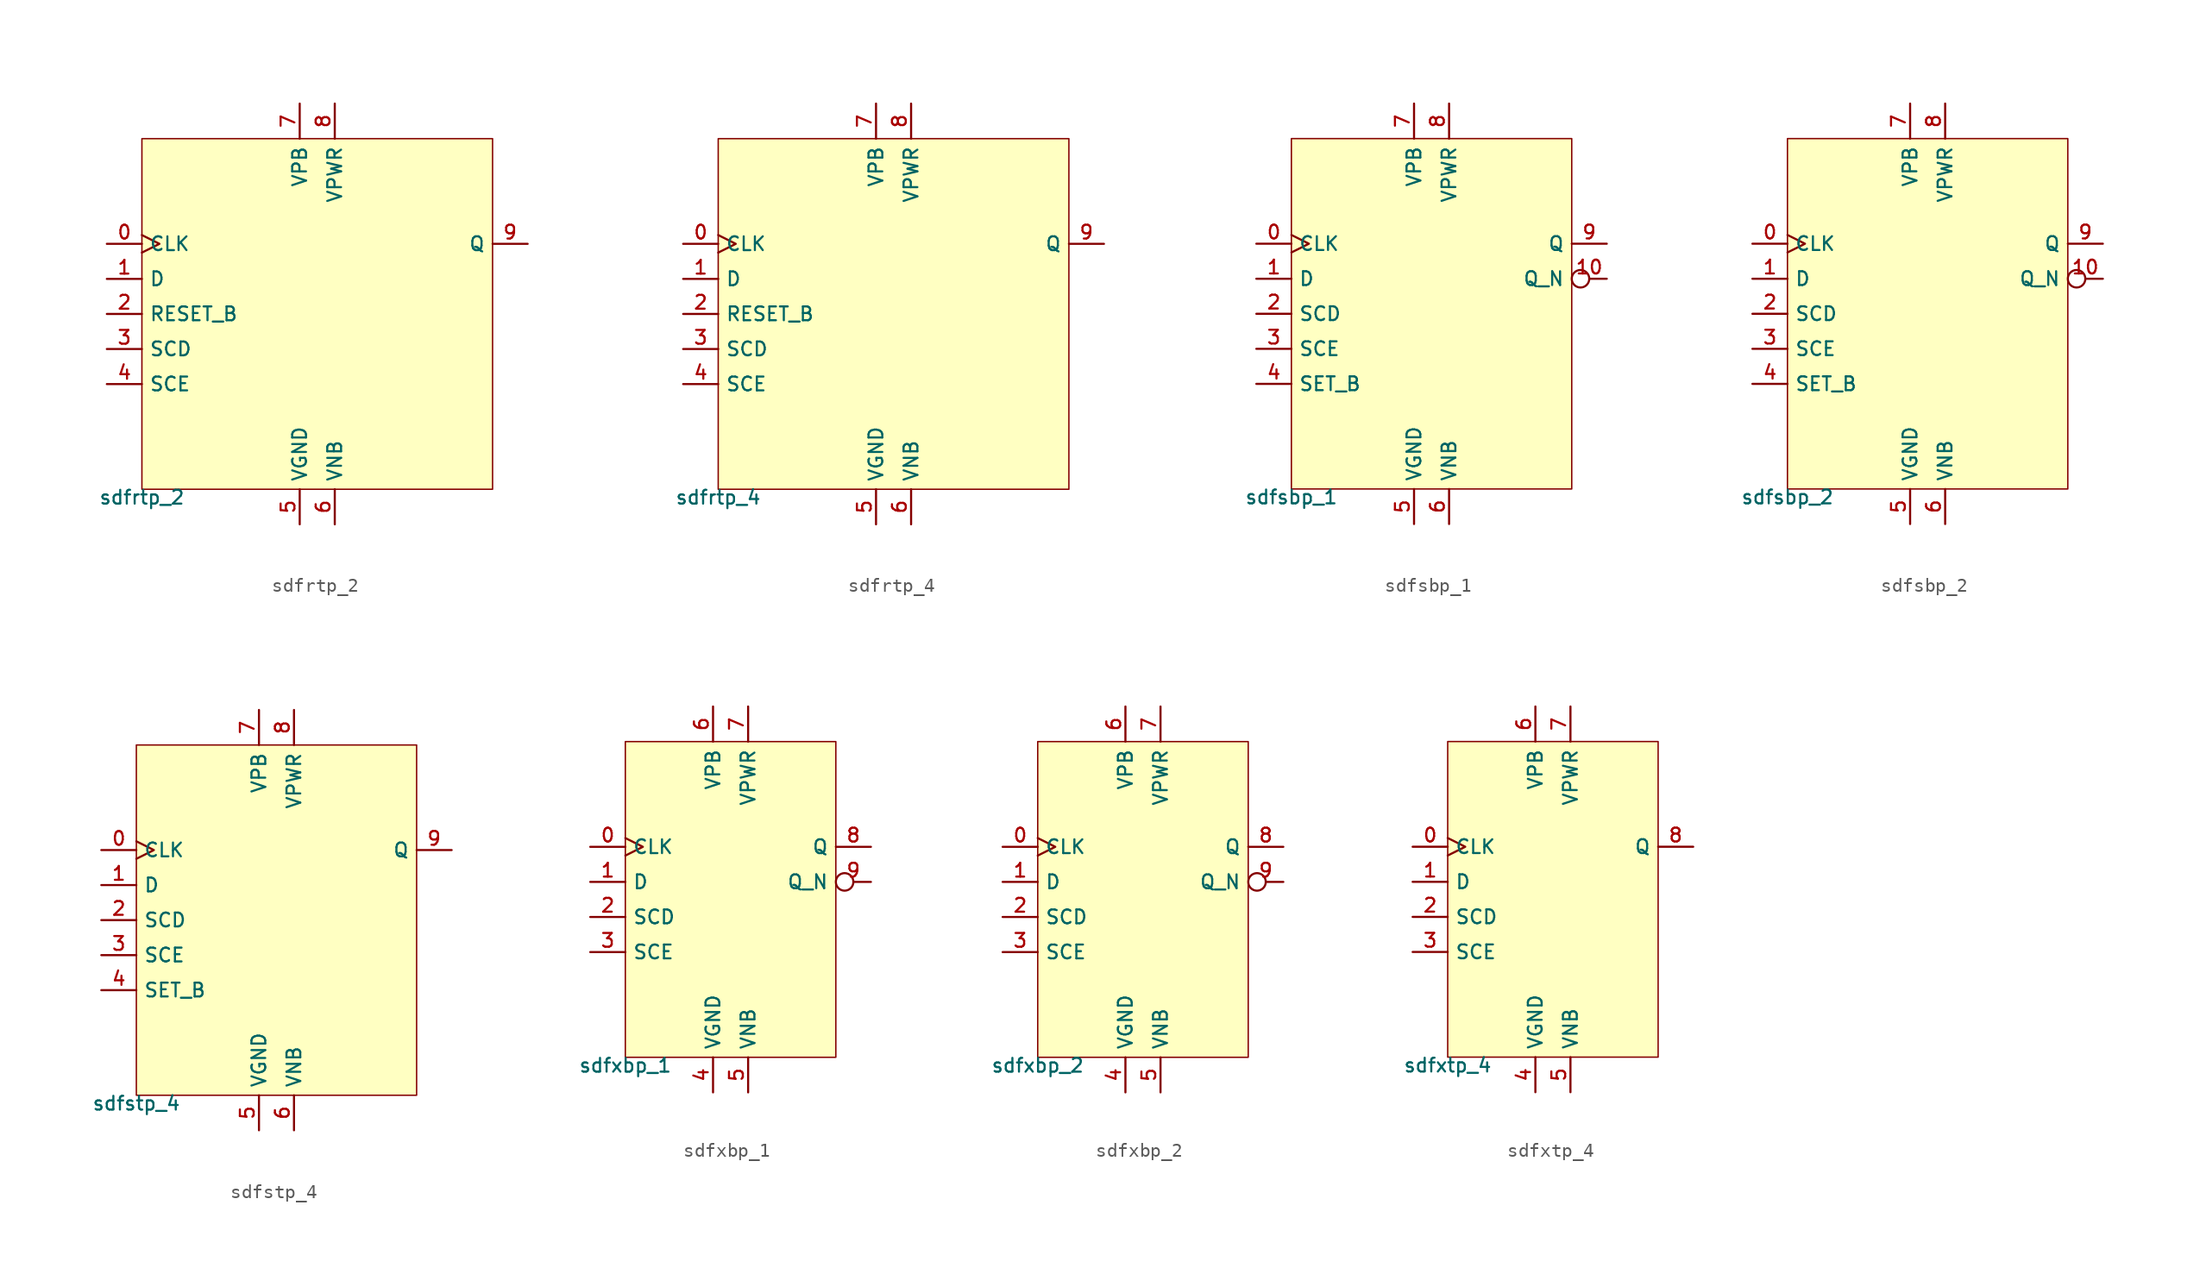
<source format=kicad_sym>
(kicad_symbol_lib
  (version 20211014)
  (generator lef2kicad_sym)
  (symbol "sdfrtp_2"
    (property "Reference" "CELL"
      (at 0 0 0)
      (effects (font (size 1 1)) hide))
    (property "Value" "sdfrtp_2"
      (at -12.7 -12.7 0)
      (effects (font (size 1 1)) (justify top)))
    (rectangle
      (start -12.7 -12.7)
      (end 12.7 12.7)
      (stroke (width 0.1) (type solid) (color 0 0 0 0))
      (fill (type background)))
    (pin input clock
      (at -15.24 5.08 0)
      (length 2.54)
      (name "CLK" (effects (font (size 1 1)) hide))
      (number "0" (effects (font (size 1 1)) hide)))
    (pin input line
      (at -15.24 2.54 0)
      (length 2.54)
      (name "D" (effects (font (size 1 1)) hide))
      (number "1" (effects (font (size 1 1)) hide)))
    (pin input line
      (at -15.24 -8.881784197001252e-16 0)
      (length 2.54)
      (name "RESET_B" (effects (font (size 1 1)) hide))
      (number "2" (effects (font (size 1 1)) hide)))
    (pin input line
      (at -15.24 -2.54 0)
      (length 2.54)
      (name "SCD" (effects (font (size 1 1)) hide))
      (number "3" (effects (font (size 1 1)) hide)))
    (pin input line
      (at -15.24 -5.08 0)
      (length 2.54)
      (name "SCE" (effects (font (size 1 1)) hide))
      (number "4" (effects (font (size 1 1)) hide)))
    (pin power_in line
      (at -1.27 -15.24 90)
      (length 2.54)
      (name "VGND" (effects (font (size 1 1)) hide))
      (number "5" (effects (font (size 1 1)) hide)))
    (pin power_in line
      (at 1.27 -15.24 90)
      (length 2.54)
      (name "VNB" (effects (font (size 1 1)) hide))
      (number "6" (effects (font (size 1 1)) hide)))
    (pin power_in line
      (at -1.27 15.24 270)
      (length 2.54)
      (name "VPB" (effects (font (size 1 1)) hide))
      (number "7" (effects (font (size 1 1)) hide)))
    (pin power_in line
      (at 1.27 15.24 270)
      (length 2.54)
      (name "VPWR" (effects (font (size 1 1)) hide))
      (number "8" (effects (font (size 1 1)) hide)))
    (pin output line
      (at 15.24 5.08 180)
      (length 2.54)
      (name "Q" (effects (font (size 1 1)) hide))
      (number "9" (effects (font (size 1 1)) hide))))
  (symbol "sdfrtp_4"
    (property "Reference" "CELL"
      (at 0 0 0)
      (effects (font (size 1 1)) hide))
    (property "Value" "sdfrtp_4"
      (at -12.7 -12.7 0)
      (effects (font (size 1 1)) (justify top)))
    (rectangle
      (start -12.7 -12.7)
      (end 12.7 12.7)
      (stroke (width 0.1) (type solid) (color 0 0 0 0))
      (fill (type background)))
    (pin input clock
      (at -15.24 5.08 0)
      (length 2.54)
      (name "CLK" (effects (font (size 1 1)) hide))
      (number "0" (effects (font (size 1 1)) hide)))
    (pin input line
      (at -15.24 2.54 0)
      (length 2.54)
      (name "D" (effects (font (size 1 1)) hide))
      (number "1" (effects (font (size 1 1)) hide)))
    (pin input line
      (at -15.24 -8.881784197001252e-16 0)
      (length 2.54)
      (name "RESET_B" (effects (font (size 1 1)) hide))
      (number "2" (effects (font (size 1 1)) hide)))
    (pin input line
      (at -15.24 -2.54 0)
      (length 2.54)
      (name "SCD" (effects (font (size 1 1)) hide))
      (number "3" (effects (font (size 1 1)) hide)))
    (pin input line
      (at -15.24 -5.08 0)
      (length 2.54)
      (name "SCE" (effects (font (size 1 1)) hide))
      (number "4" (effects (font (size 1 1)) hide)))
    (pin power_in line
      (at -1.27 -15.24 90)
      (length 2.54)
      (name "VGND" (effects (font (size 1 1)) hide))
      (number "5" (effects (font (size 1 1)) hide)))
    (pin power_in line
      (at 1.27 -15.24 90)
      (length 2.54)
      (name "VNB" (effects (font (size 1 1)) hide))
      (number "6" (effects (font (size 1 1)) hide)))
    (pin power_in line
      (at -1.27 15.24 270)
      (length 2.54)
      (name "VPB" (effects (font (size 1 1)) hide))
      (number "7" (effects (font (size 1 1)) hide)))
    (pin power_in line
      (at 1.27 15.24 270)
      (length 2.54)
      (name "VPWR" (effects (font (size 1 1)) hide))
      (number "8" (effects (font (size 1 1)) hide)))
    (pin output line
      (at 15.24 5.08 180)
      (length 2.54)
      (name "Q" (effects (font (size 1 1)) hide))
      (number "9" (effects (font (size 1 1)) hide))))
  (symbol "sdfsbp_1"
    (property "Reference" "CELL"
      (at 0 0 0)
      (effects (font (size 1 1)) hide))
    (property "Value" "sdfsbp_1"
      (at -10.16 -12.7 0)
      (effects (font (size 1 1)) (justify top)))
    (rectangle
      (start -10.16 -12.7)
      (end 10.16 12.7)
      (stroke (width 0.1) (type solid) (color 0 0 0 0))
      (fill (type background)))
    (pin input clock
      (at -12.7 5.08 0)
      (length 2.54)
      (name "CLK" (effects (font (size 1 1)) hide))
      (number "0" (effects (font (size 1 1)) hide)))
    (pin input line
      (at -12.7 2.54 0)
      (length 2.54)
      (name "D" (effects (font (size 1 1)) hide))
      (number "1" (effects (font (size 1 1)) hide)))
    (pin input line
      (at -12.7 -8.881784197001252e-16 0)
      (length 2.54)
      (name "SCD" (effects (font (size 1 1)) hide))
      (number "2" (effects (font (size 1 1)) hide)))
    (pin input line
      (at -12.7 -2.54 0)
      (length 2.54)
      (name "SCE" (effects (font (size 1 1)) hide))
      (number "3" (effects (font (size 1 1)) hide)))
    (pin input line
      (at -12.7 -5.08 0)
      (length 2.54)
      (name "SET_B" (effects (font (size 1 1)) hide))
      (number "4" (effects (font (size 1 1)) hide)))
    (pin power_in line
      (at -1.27 -15.24 90)
      (length 2.54)
      (name "VGND" (effects (font (size 1 1)) hide))
      (number "5" (effects (font (size 1 1)) hide)))
    (pin power_in line
      (at 1.27 -15.24 90)
      (length 2.54)
      (name "VNB" (effects (font (size 1 1)) hide))
      (number "6" (effects (font (size 1 1)) hide)))
    (pin power_in line
      (at -1.27 15.24 270)
      (length 2.54)
      (name "VPB" (effects (font (size 1 1)) hide))
      (number "7" (effects (font (size 1 1)) hide)))
    (pin power_in line
      (at 1.27 15.24 270)
      (length 2.54)
      (name "VPWR" (effects (font (size 1 1)) hide))
      (number "8" (effects (font (size 1 1)) hide)))
    (pin output line
      (at 12.7 5.08 180)
      (length 2.54)
      (name "Q" (effects (font (size 1 1)) hide))
      (number "9" (effects (font (size 1 1)) hide)))
    (pin output inverted
      (at 12.7 2.54 180)
      (length 2.54)
      (name "Q_N" (effects (font (size 1 1)) hide))
      (number "10" (effects (font (size 1 1)) hide))))
  (symbol "sdfsbp_2"
    (property "Reference" "CELL"
      (at 0 0 0)
      (effects (font (size 1 1)) hide))
    (property "Value" "sdfsbp_2"
      (at -10.16 -12.7 0)
      (effects (font (size 1 1)) (justify top)))
    (rectangle
      (start -10.16 -12.7)
      (end 10.16 12.7)
      (stroke (width 0.1) (type solid) (color 0 0 0 0))
      (fill (type background)))
    (pin input clock
      (at -12.7 5.08 0)
      (length 2.54)
      (name "CLK" (effects (font (size 1 1)) hide))
      (number "0" (effects (font (size 1 1)) hide)))
    (pin input line
      (at -12.7 2.54 0)
      (length 2.54)
      (name "D" (effects (font (size 1 1)) hide))
      (number "1" (effects (font (size 1 1)) hide)))
    (pin input line
      (at -12.7 -8.881784197001252e-16 0)
      (length 2.54)
      (name "SCD" (effects (font (size 1 1)) hide))
      (number "2" (effects (font (size 1 1)) hide)))
    (pin input line
      (at -12.7 -2.54 0)
      (length 2.54)
      (name "SCE" (effects (font (size 1 1)) hide))
      (number "3" (effects (font (size 1 1)) hide)))
    (pin input line
      (at -12.7 -5.08 0)
      (length 2.54)
      (name "SET_B" (effects (font (size 1 1)) hide))
      (number "4" (effects (font (size 1 1)) hide)))
    (pin power_in line
      (at -1.27 -15.24 90)
      (length 2.54)
      (name "VGND" (effects (font (size 1 1)) hide))
      (number "5" (effects (font (size 1 1)) hide)))
    (pin power_in line
      (at 1.27 -15.24 90)
      (length 2.54)
      (name "VNB" (effects (font (size 1 1)) hide))
      (number "6" (effects (font (size 1 1)) hide)))
    (pin power_in line
      (at -1.27 15.24 270)
      (length 2.54)
      (name "VPB" (effects (font (size 1 1)) hide))
      (number "7" (effects (font (size 1 1)) hide)))
    (pin power_in line
      (at 1.27 15.24 270)
      (length 2.54)
      (name "VPWR" (effects (font (size 1 1)) hide))
      (number "8" (effects (font (size 1 1)) hide)))
    (pin output line
      (at 12.7 5.08 180)
      (length 2.54)
      (name "Q" (effects (font (size 1 1)) hide))
      (number "9" (effects (font (size 1 1)) hide)))
    (pin output inverted
      (at 12.7 2.54 180)
      (length 2.54)
      (name "Q_N" (effects (font (size 1 1)) hide))
      (number "10" (effects (font (size 1 1)) hide))))
  (symbol "sdfstp_4"
    (property "Reference" "CELL"
      (at 0 0 0)
      (effects (font (size 1 1)) hide))
    (property "Value" "sdfstp_4"
      (at -10.16 -12.7 0)
      (effects (font (size 1 1)) (justify top)))
    (rectangle
      (start -10.16 -12.7)
      (end 10.16 12.7)
      (stroke (width 0.1) (type solid) (color 0 0 0 0))
      (fill (type background)))
    (pin input clock
      (at -12.7 5.08 0)
      (length 2.54)
      (name "CLK" (effects (font (size 1 1)) hide))
      (number "0" (effects (font (size 1 1)) hide)))
    (pin input line
      (at -12.7 2.54 0)
      (length 2.54)
      (name "D" (effects (font (size 1 1)) hide))
      (number "1" (effects (font (size 1 1)) hide)))
    (pin input line
      (at -12.7 -8.881784197001252e-16 0)
      (length 2.54)
      (name "SCD" (effects (font (size 1 1)) hide))
      (number "2" (effects (font (size 1 1)) hide)))
    (pin input line
      (at -12.7 -2.54 0)
      (length 2.54)
      (name "SCE" (effects (font (size 1 1)) hide))
      (number "3" (effects (font (size 1 1)) hide)))
    (pin input line
      (at -12.7 -5.08 0)
      (length 2.54)
      (name "SET_B" (effects (font (size 1 1)) hide))
      (number "4" (effects (font (size 1 1)) hide)))
    (pin power_in line
      (at -1.27 -15.24 90)
      (length 2.54)
      (name "VGND" (effects (font (size 1 1)) hide))
      (number "5" (effects (font (size 1 1)) hide)))
    (pin power_in line
      (at 1.27 -15.24 90)
      (length 2.54)
      (name "VNB" (effects (font (size 1 1)) hide))
      (number "6" (effects (font (size 1 1)) hide)))
    (pin power_in line
      (at -1.27 15.24 270)
      (length 2.54)
      (name "VPB" (effects (font (size 1 1)) hide))
      (number "7" (effects (font (size 1 1)) hide)))
    (pin power_in line
      (at 1.27 15.24 270)
      (length 2.54)
      (name "VPWR" (effects (font (size 1 1)) hide))
      (number "8" (effects (font (size 1 1)) hide)))
    (pin output line
      (at 12.7 5.08 180)
      (length 2.54)
      (name "Q" (effects (font (size 1 1)) hide))
      (number "9" (effects (font (size 1 1)) hide))))
  (symbol "sdfxbp_1"
    (property "Reference" "CELL"
      (at 0 0 0)
      (effects (font (size 1 1)) hide))
    (property "Value" "sdfxbp_1"
      (at -7.62 -11.43 0)
      (effects (font (size 1 1)) (justify top)))
    (rectangle
      (start -7.62 -11.43)
      (end 7.62 11.43)
      (stroke (width 0.1) (type solid) (color 0 0 0 0))
      (fill (type background)))
    (pin input clock
      (at -10.16 3.81 0)
      (length 2.54)
      (name "CLK" (effects (font (size 1 1)) hide))
      (number "0" (effects (font (size 1 1)) hide)))
    (pin input line
      (at -10.16 1.27 0)
      (length 2.54)
      (name "D" (effects (font (size 1 1)) hide))
      (number "1" (effects (font (size 1 1)) hide)))
    (pin input line
      (at -10.16 -1.27 0)
      (length 2.54)
      (name "SCD" (effects (font (size 1 1)) hide))
      (number "2" (effects (font (size 1 1)) hide)))
    (pin input line
      (at -10.16 -3.81 0)
      (length 2.54)
      (name "SCE" (effects (font (size 1 1)) hide))
      (number "3" (effects (font (size 1 1)) hide)))
    (pin power_in line
      (at -1.27 -13.97 90)
      (length 2.54)
      (name "VGND" (effects (font (size 1 1)) hide))
      (number "4" (effects (font (size 1 1)) hide)))
    (pin power_in line
      (at 1.27 -13.97 90)
      (length 2.54)
      (name "VNB" (effects (font (size 1 1)) hide))
      (number "5" (effects (font (size 1 1)) hide)))
    (pin power_in line
      (at -1.27 13.97 270)
      (length 2.54)
      (name "VPB" (effects (font (size 1 1)) hide))
      (number "6" (effects (font (size 1 1)) hide)))
    (pin power_in line
      (at 1.27 13.97 270)
      (length 2.54)
      (name "VPWR" (effects (font (size 1 1)) hide))
      (number "7" (effects (font (size 1 1)) hide)))
    (pin output line
      (at 10.16 3.81 180)
      (length 2.54)
      (name "Q" (effects (font (size 1 1)) hide))
      (number "8" (effects (font (size 1 1)) hide)))
    (pin output inverted
      (at 10.16 1.27 180)
      (length 2.54)
      (name "Q_N" (effects (font (size 1 1)) hide))
      (number "9" (effects (font (size 1 1)) hide))))
  (symbol "sdfxbp_2"
    (property "Reference" "CELL"
      (at 0 0 0)
      (effects (font (size 1 1)) hide))
    (property "Value" "sdfxbp_2"
      (at -7.62 -11.43 0)
      (effects (font (size 1 1)) (justify top)))
    (rectangle
      (start -7.62 -11.43)
      (end 7.62 11.43)
      (stroke (width 0.1) (type solid) (color 0 0 0 0))
      (fill (type background)))
    (pin input clock
      (at -10.16 3.81 0)
      (length 2.54)
      (name "CLK" (effects (font (size 1 1)) hide))
      (number "0" (effects (font (size 1 1)) hide)))
    (pin input line
      (at -10.16 1.27 0)
      (length 2.54)
      (name "D" (effects (font (size 1 1)) hide))
      (number "1" (effects (font (size 1 1)) hide)))
    (pin input line
      (at -10.16 -1.27 0)
      (length 2.54)
      (name "SCD" (effects (font (size 1 1)) hide))
      (number "2" (effects (font (size 1 1)) hide)))
    (pin input line
      (at -10.16 -3.81 0)
      (length 2.54)
      (name "SCE" (effects (font (size 1 1)) hide))
      (number "3" (effects (font (size 1 1)) hide)))
    (pin power_in line
      (at -1.27 -13.97 90)
      (length 2.54)
      (name "VGND" (effects (font (size 1 1)) hide))
      (number "4" (effects (font (size 1 1)) hide)))
    (pin power_in line
      (at 1.27 -13.97 90)
      (length 2.54)
      (name "VNB" (effects (font (size 1 1)) hide))
      (number "5" (effects (font (size 1 1)) hide)))
    (pin power_in line
      (at -1.27 13.97 270)
      (length 2.54)
      (name "VPB" (effects (font (size 1 1)) hide))
      (number "6" (effects (font (size 1 1)) hide)))
    (pin power_in line
      (at 1.27 13.97 270)
      (length 2.54)
      (name "VPWR" (effects (font (size 1 1)) hide))
      (number "7" (effects (font (size 1 1)) hide)))
    (pin output line
      (at 10.16 3.81 180)
      (length 2.54)
      (name "Q" (effects (font (size 1 1)) hide))
      (number "8" (effects (font (size 1 1)) hide)))
    (pin output inverted
      (at 10.16 1.27 180)
      (length 2.54)
      (name "Q_N" (effects (font (size 1 1)) hide))
      (number "9" (effects (font (size 1 1)) hide))))
  (symbol "sdfxtp_4"
    (property "Reference" "CELL"
      (at 0 0 0)
      (effects (font (size 1 1)) hide))
    (property "Value" "sdfxtp_4"
      (at -7.62 -11.43 0)
      (effects (font (size 1 1)) (justify top)))
    (rectangle
      (start -7.62 -11.43)
      (end 7.62 11.43)
      (stroke (width 0.1) (type solid) (color 0 0 0 0))
      (fill (type background)))
    (pin input clock
      (at -10.16 3.81 0)
      (length 2.54)
      (name "CLK" (effects (font (size 1 1)) hide))
      (number "0" (effects (font (size 1 1)) hide)))
    (pin input line
      (at -10.16 1.27 0)
      (length 2.54)
      (name "D" (effects (font (size 1 1)) hide))
      (number "1" (effects (font (size 1 1)) hide)))
    (pin input line
      (at -10.16 -1.27 0)
      (length 2.54)
      (name "SCD" (effects (font (size 1 1)) hide))
      (number "2" (effects (font (size 1 1)) hide)))
    (pin input line
      (at -10.16 -3.81 0)
      (length 2.54)
      (name "SCE" (effects (font (size 1 1)) hide))
      (number "3" (effects (font (size 1 1)) hide)))
    (pin power_in line
      (at -1.27 -13.97 90)
      (length 2.54)
      (name "VGND" (effects (font (size 1 1)) hide))
      (number "4" (effects (font (size 1 1)) hide)))
    (pin power_in line
      (at 1.27 -13.97 90)
      (length 2.54)
      (name "VNB" (effects (font (size 1 1)) hide))
      (number "5" (effects (font (size 1 1)) hide)))
    (pin power_in line
      (at -1.27 13.97 270)
      (length 2.54)
      (name "VPB" (effects (font (size 1 1)) hide))
      (number "6" (effects (font (size 1 1)) hide)))
    (pin power_in line
      (at 1.27 13.97 270)
      (length 2.54)
      (name "VPWR" (effects (font (size 1 1)) hide))
      (number "7" (effects (font (size 1 1)) hide)))
    (pin output line
      (at 10.16 3.81 180)
      (length 2.54)
      (name "Q" (effects (font (size 1 1)) hide))
      (number "8" (effects (font (size 1 1)) hide)))))
</source>
